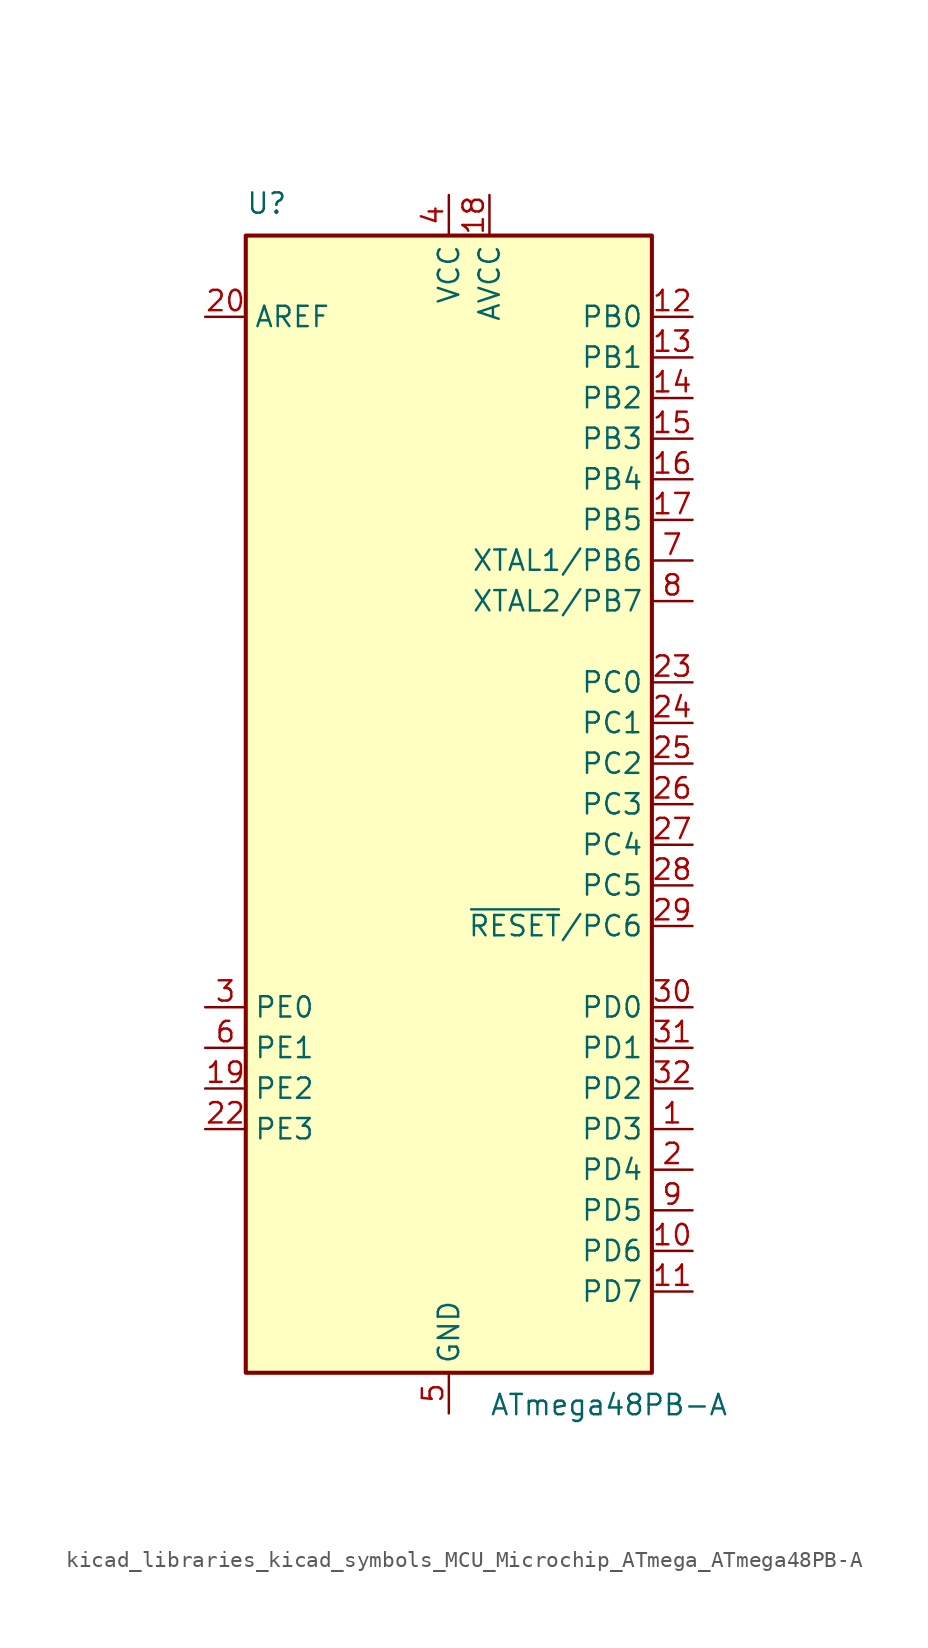
<source format=kicad_sym>
(kicad_symbol_lib
  (version 20220914)
  (generator kicad_symbol_editor)
  (symbol "kicad_libraries_kicad_symbols_MCU_Microchip_ATmega_ATmega48PB-A"
    (property "Reference" "U"
      (at -12.7 36.83 0)
      (effects (font (size 1.27 1.27)) (justify left bottom)))
    (property "Value" "ATmega48PB-A"
      (at 2.54 -36.83 0)
      (effects (font (size 1.27 1.27)) (justify left top)))
    (symbol "kicad_libraries_kicad_symbols_MCU_Microchip_ATmega_ATmega48PB-A_0_1"
      (rectangle (start -12.7 -35.56) (end 12.7 35.56) (stroke (width 0.254) (type default)) (fill (type background))))
    (symbol "kicad_libraries_kicad_symbols_MCU_Microchip_ATmega_ATmega48PB-A_1_1"
      (pin bidirectional line (at 15.24 -20.32 180) (length 2.54) (name "PD3" (effects (font (size 1.27 1.27)))) (number "1" (effects (font (size 1.27 1.27)))))
      (pin bidirectional line (at 15.24 -27.94 180) (length 2.54) (name "PD6" (effects (font (size 1.27 1.27)))) (number "10" (effects (font (size 1.27 1.27)))))
      (pin bidirectional line (at 15.24 -30.48 180) (length 2.54) (name "PD7" (effects (font (size 1.27 1.27)))) (number "11" (effects (font (size 1.27 1.27)))))
      (pin bidirectional line (at 15.24 30.48 180) (length 2.54) (name "PB0" (effects (font (size 1.27 1.27)))) (number "12" (effects (font (size 1.27 1.27)))))
      (pin bidirectional line (at 15.24 27.94 180) (length 2.54) (name "PB1" (effects (font (size 1.27 1.27)))) (number "13" (effects (font (size 1.27 1.27)))))
      (pin bidirectional line (at 15.24 25.4 180) (length 2.54) (name "PB2" (effects (font (size 1.27 1.27)))) (number "14" (effects (font (size 1.27 1.27)))))
      (pin bidirectional line (at 15.24 22.86 180) (length 2.54) (name "PB3" (effects (font (size 1.27 1.27)))) (number "15" (effects (font (size 1.27 1.27)))))
      (pin bidirectional line (at 15.24 20.32 180) (length 2.54) (name "PB4" (effects (font (size 1.27 1.27)))) (number "16" (effects (font (size 1.27 1.27)))))
      (pin bidirectional line (at 15.24 17.78 180) (length 2.54) (name "PB5" (effects (font (size 1.27 1.27)))) (number "17" (effects (font (size 1.27 1.27)))))
      (pin power_in line (at 2.54 38.1 270) (length 2.54) (name "AVCC" (effects (font (size 1.27 1.27)))) (number "18" (effects (font (size 1.27 1.27)))))
      (pin bidirectional line (at -15.24 -17.78 0) (length 2.54) (name "PE2" (effects (font (size 1.27 1.27)))) (number "19" (effects (font (size 1.27 1.27)))))
      (pin bidirectional line (at 15.24 -22.86 180) (length 2.54) (name "PD4" (effects (font (size 1.27 1.27)))) (number "2" (effects (font (size 1.27 1.27)))))
      (pin passive line (at -15.24 30.48 0) (length 2.54) (name "AREF" (effects (font (size 1.27 1.27)))) (number "20" (effects (font (size 1.27 1.27)))))
      (pin passive line (at 0 -38.1 90) (length 2.54) hide (name "GND" (effects (font (size 1.27 1.27)))) (number "21" (effects (font (size 1.27 1.27)))))
      (pin bidirectional line (at -15.24 -20.32 0) (length 2.54) (name "PE3" (effects (font (size 1.27 1.27)))) (number "22" (effects (font (size 1.27 1.27)))))
      (pin bidirectional line (at 15.24 7.62 180) (length 2.54) (name "PC0" (effects (font (size 1.27 1.27)))) (number "23" (effects (font (size 1.27 1.27)))))
      (pin bidirectional line (at 15.24 5.08 180) (length 2.54) (name "PC1" (effects (font (size 1.27 1.27)))) (number "24" (effects (font (size 1.27 1.27)))))
      (pin bidirectional line (at 15.24 2.54 180) (length 2.54) (name "PC2" (effects (font (size 1.27 1.27)))) (number "25" (effects (font (size 1.27 1.27)))))
      (pin bidirectional line (at 15.24 0 180) (length 2.54) (name "PC3" (effects (font (size 1.27 1.27)))) (number "26" (effects (font (size 1.27 1.27)))))
      (pin bidirectional line (at 15.24 -2.54 180) (length 2.54) (name "PC4" (effects (font (size 1.27 1.27)))) (number "27" (effects (font (size 1.27 1.27)))))
      (pin bidirectional line (at 15.24 -5.08 180) (length 2.54) (name "PC5" (effects (font (size 1.27 1.27)))) (number "28" (effects (font (size 1.27 1.27)))))
      (pin bidirectional line (at 15.24 -7.62 180) (length 2.54) (name "~{RESET}/PC6" (effects (font (size 1.27 1.27)))) (number "29" (effects (font (size 1.27 1.27)))))
      (pin bidirectional line (at -15.24 -12.7 0) (length 2.54) (name "PE0" (effects (font (size 1.27 1.27)))) (number "3" (effects (font (size 1.27 1.27)))))
      (pin bidirectional line (at 15.24 -12.7 180) (length 2.54) (name "PD0" (effects (font (size 1.27 1.27)))) (number "30" (effects (font (size 1.27 1.27)))))
      (pin bidirectional line (at 15.24 -15.24 180) (length 2.54) (name "PD1" (effects (font (size 1.27 1.27)))) (number "31" (effects (font (size 1.27 1.27)))))
      (pin bidirectional line (at 15.24 -17.78 180) (length 2.54) (name "PD2" (effects (font (size 1.27 1.27)))) (number "32" (effects (font (size 1.27 1.27)))))
      (pin power_in line (at 0 38.1 270) (length 2.54) (name "VCC" (effects (font (size 1.27 1.27)))) (number "4" (effects (font (size 1.27 1.27)))))
      (pin power_in line (at 0 -38.1 90) (length 2.54) (name "GND" (effects (font (size 1.27 1.27)))) (number "5" (effects (font (size 1.27 1.27)))))
      (pin bidirectional line (at -15.24 -15.24 0) (length 2.54) (name "PE1" (effects (font (size 1.27 1.27)))) (number "6" (effects (font (size 1.27 1.27)))))
      (pin bidirectional line (at 15.24 15.24 180) (length 2.54) (name "XTAL1/PB6" (effects (font (size 1.27 1.27)))) (number "7" (effects (font (size 1.27 1.27)))))
      (pin bidirectional line (at 15.24 12.7 180) (length 2.54) (name "XTAL2/PB7" (effects (font (size 1.27 1.27)))) (number "8" (effects (font (size 1.27 1.27)))))
      (pin bidirectional line (at 15.24 -25.4 180) (length 2.54) (name "PD5" (effects (font (size 1.27 1.27)))) (number "9" (effects (font (size 1.27 1.27))))))))
</source>
